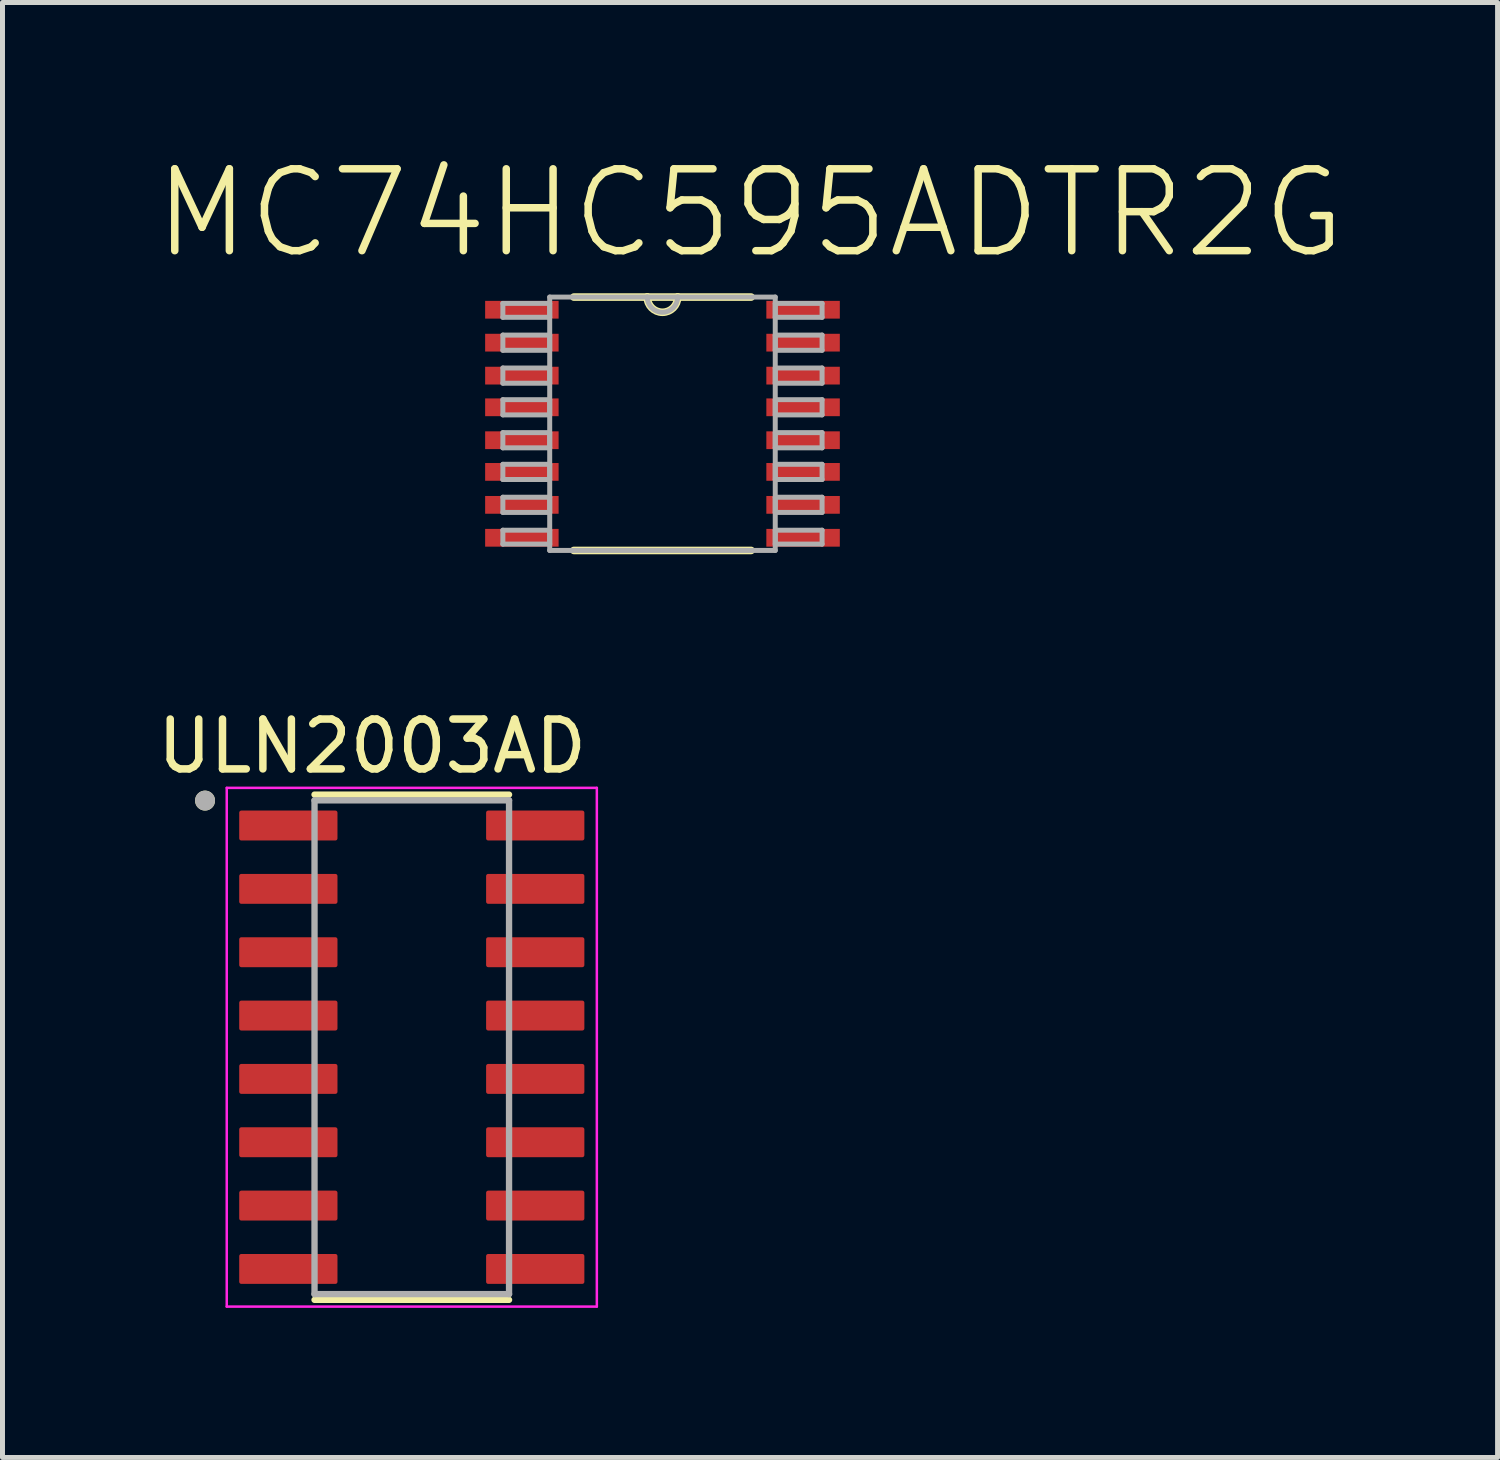
<source format=kicad_pcb>
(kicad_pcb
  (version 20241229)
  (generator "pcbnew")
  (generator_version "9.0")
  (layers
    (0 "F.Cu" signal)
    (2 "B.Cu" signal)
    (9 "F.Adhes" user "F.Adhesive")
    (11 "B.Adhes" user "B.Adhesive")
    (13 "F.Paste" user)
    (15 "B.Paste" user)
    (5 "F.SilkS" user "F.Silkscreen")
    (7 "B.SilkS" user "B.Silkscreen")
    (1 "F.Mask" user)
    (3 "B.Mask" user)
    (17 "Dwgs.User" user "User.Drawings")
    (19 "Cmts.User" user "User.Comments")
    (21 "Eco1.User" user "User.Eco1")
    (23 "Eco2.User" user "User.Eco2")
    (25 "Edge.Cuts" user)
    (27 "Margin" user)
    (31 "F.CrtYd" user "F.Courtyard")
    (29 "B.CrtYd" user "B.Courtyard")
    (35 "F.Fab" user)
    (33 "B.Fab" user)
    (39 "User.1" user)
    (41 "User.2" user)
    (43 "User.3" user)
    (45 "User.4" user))
  (footprint "MC74HC595ADTR2G"
    (layer "F.Cu")
    (at 10.232 5.446)
    (property "Reference" "MC74HC595ADTR2G" (at 1.755 -4.222 0) (layer "F.SilkS") (effects (font (size 1.642 1.642) (thickness 0.15))))
    (attr smd)
    (fp_line (start -1.778 2.54) (end 1.778 2.54) (stroke (width 0.152) (type solid)) (layer "F.SilkS"))
    (fp_line (start -0.305 -2.54) (end -1.778 -2.54) (stroke (width 0.152) (type solid)) (layer "F.SilkS"))
    (fp_line (start 0.305 -2.54) (end -0.305 -2.54) (stroke (width 0.152) (type solid)) (layer "F.SilkS"))
    (fp_line (start 1.778 -2.54) (end 0.305 -2.54) (stroke (width 0.152) (type solid)) (layer "F.SilkS"))
    (fp_arc (start 0.3048 -2.54) (mid 0 -2.2352) (end -0.3048 -2.54) (stroke (width 0.1524) (type solid)) (layer "F.SilkS"))
    (fp_line (start -3.2 -2.413) (end -3.2 -2.134) (stroke (width 0.1) (type solid)) (layer "F.Fab"))
    (fp_line (start -3.2 -2.134) (end -2.261 -2.134) (stroke (width 0.1) (type solid)) (layer "F.Fab"))
    (fp_line (start -3.2 -1.778) (end -3.2 -1.473) (stroke (width 0.1) (type solid)) (layer "F.Fab"))
    (fp_line (start -3.2 -1.473) (end -2.261 -1.473) (stroke (width 0.1) (type solid)) (layer "F.Fab"))
    (fp_line (start -3.2 -1.118) (end -3.2 -0.813) (stroke (width 0.1) (type solid)) (layer "F.Fab"))
    (fp_line (start -3.2 -0.813) (end -2.261 -0.813) (stroke (width 0.1) (type solid)) (layer "F.Fab"))
    (fp_line (start -3.2 -0.483) (end -3.2 -0.178) (stroke (width 0.1) (type solid)) (layer "F.Fab"))
    (fp_line (start -3.2 -0.178) (end -2.261 -0.178) (stroke (width 0.1) (type solid)) (layer "F.Fab"))
    (fp_line (start -3.2 0.178) (end -3.2 0.483) (stroke (width 0.1) (type solid)) (layer "F.Fab"))
    (fp_line (start -3.2 0.483) (end -2.261 0.483) (stroke (width 0.1) (type solid)) (layer "F.Fab"))
    (fp_line (start -3.2 0.813) (end -3.2 1.118) (stroke (width 0.1) (type solid)) (layer "F.Fab"))
    (fp_line (start -3.2 1.118) (end -2.261 1.118) (stroke (width 0.1) (type solid)) (layer "F.Fab"))
    (fp_line (start -3.2 1.473) (end -3.2 1.778) (stroke (width 0.1) (type solid)) (layer "F.Fab"))
    (fp_line (start -3.2 1.778) (end -2.261 1.778) (stroke (width 0.1) (type solid)) (layer "F.Fab"))
    (fp_line (start -3.2 2.134) (end -3.2 2.413) (stroke (width 0.1) (type solid)) (layer "F.Fab"))
    (fp_line (start -3.2 2.413) (end -2.261 2.413) (stroke (width 0.1) (type solid)) (layer "F.Fab"))
    (fp_line (start -2.261 -2.54) (end -2.261 2.54) (stroke (width 0.1) (type solid)) (layer "F.Fab"))
    (fp_line (start -2.261 -2.413) (end -3.2 -2.413) (stroke (width 0.1) (type solid)) (layer "F.Fab"))
    (fp_line (start -2.261 -2.134) (end -2.261 -2.413) (stroke (width 0.1) (type solid)) (layer "F.Fab"))
    (fp_line (start -2.261 -1.778) (end -3.2 -1.778) (stroke (width 0.1) (type solid)) (layer "F.Fab"))
    (fp_line (start -2.261 -1.473) (end -2.261 -1.778) (stroke (width 0.1) (type solid)) (layer "F.Fab"))
    (fp_line (start -2.261 -1.118) (end -3.2 -1.118) (stroke (width 0.1) (type solid)) (layer "F.Fab"))
    (fp_line (start -2.261 -0.813) (end -2.261 -1.118) (stroke (width 0.1) (type solid)) (layer "F.Fab"))
    (fp_line (start -2.261 -0.483) (end -3.2 -0.483) (stroke (width 0.1) (type solid)) (layer "F.Fab"))
    (fp_line (start -2.261 -0.178) (end -2.261 -0.483) (stroke (width 0.1) (type solid)) (layer "F.Fab"))
    (fp_line (start -2.261 0.178) (end -3.2 0.178) (stroke (width 0.1) (type solid)) (layer "F.Fab"))
    (fp_line (start -2.261 0.483) (end -2.261 0.178) (stroke (width 0.1) (type solid)) (layer "F.Fab"))
    (fp_line (start -2.261 0.813) (end -3.2 0.813) (stroke (width 0.1) (type solid)) (layer "F.Fab"))
    (fp_line (start -2.261 1.118) (end -2.261 0.813) (stroke (width 0.1) (type solid)) (layer "F.Fab"))
    (fp_line (start -2.261 1.473) (end -3.2 1.473) (stroke (width 0.1) (type solid)) (layer "F.Fab"))
    (fp_line (start -2.261 1.778) (end -2.261 1.473) (stroke (width 0.1) (type solid)) (layer "F.Fab"))
    (fp_line (start -2.261 2.134) (end -3.2 2.134) (stroke (width 0.1) (type solid)) (layer "F.Fab"))
    (fp_line (start -2.261 2.413) (end -2.261 2.134) (stroke (width 0.1) (type solid)) (layer "F.Fab"))
    (fp_line (start -2.261 2.54) (end 2.261 2.54) (stroke (width 0.1) (type solid)) (layer "F.Fab"))
    (fp_line (start -0.305 -2.54) (end -2.261 -2.54) (stroke (width 0.1) (type solid)) (layer "F.Fab"))
    (fp_line (start 0.305 -2.54) (end -0.305 -2.54) (stroke (width 0.1) (type solid)) (layer "F.Fab"))
    (fp_line (start 2.261 -2.54) (end 0.305 -2.54) (stroke (width 0.1) (type solid)) (layer "F.Fab"))
    (fp_line (start 2.261 -2.413) (end 2.261 -2.134) (stroke (width 0.1) (type solid)) (layer "F.Fab"))
    (fp_line (start 2.261 -2.134) (end 3.2 -2.134) (stroke (width 0.1) (type solid)) (layer "F.Fab"))
    (fp_line (start 2.261 -1.778) (end 2.261 -1.473) (stroke (width 0.1) (type solid)) (layer "F.Fab"))
    (fp_line (start 2.261 -1.473) (end 3.2 -1.473) (stroke (width 0.1) (type solid)) (layer "F.Fab"))
    (fp_line (start 2.261 -1.118) (end 2.261 -0.813) (stroke (width 0.1) (type solid)) (layer "F.Fab"))
    (fp_line (start 2.261 -0.813) (end 3.2 -0.813) (stroke (width 0.1) (type solid)) (layer "F.Fab"))
    (fp_line (start 2.261 -0.483) (end 2.261 -0.178) (stroke (width 0.1) (type solid)) (layer "F.Fab"))
    (fp_line (start 2.261 -0.178) (end 3.2 -0.178) (stroke (width 0.1) (type solid)) (layer "F.Fab"))
    (fp_line (start 2.261 0.178) (end 2.261 0.483) (stroke (width 0.1) (type solid)) (layer "F.Fab"))
    (fp_line (start 2.261 0.483) (end 3.2 0.483) (stroke (width 0.1) (type solid)) (layer "F.Fab"))
    (fp_line (start 2.261 0.813) (end 2.261 1.118) (stroke (width 0.1) (type solid)) (layer "F.Fab"))
    (fp_line (start 2.261 1.118) (end 3.2 1.118) (stroke (width 0.1) (type solid)) (layer "F.Fab"))
    (fp_line (start 2.261 1.473) (end 2.261 1.778) (stroke (width 0.1) (type solid)) (layer "F.Fab"))
    (fp_line (start 2.261 1.778) (end 3.2 1.778) (stroke (width 0.1) (type solid)) (layer "F.Fab"))
    (fp_line (start 2.261 2.134) (end 2.261 2.413) (stroke (width 0.1) (type solid)) (layer "F.Fab"))
    (fp_line (start 2.261 2.413) (end 3.2 2.413) (stroke (width 0.1) (type solid)) (layer "F.Fab"))
    (fp_line (start 2.261 2.54) (end 2.261 -2.54) (stroke (width 0.1) (type solid)) (layer "F.Fab"))
    (fp_line (start 3.2 -2.413) (end 2.261 -2.413) (stroke (width 0.1) (type solid)) (layer "F.Fab"))
    (fp_line (start 3.2 -2.134) (end 3.2 -2.413) (stroke (width 0.1) (type solid)) (layer "F.Fab"))
    (fp_line (start 3.2 -1.778) (end 2.261 -1.778) (stroke (width 0.1) (type solid)) (layer "F.Fab"))
    (fp_line (start 3.2 -1.473) (end 3.2 -1.778) (stroke (width 0.1) (type solid)) (layer "F.Fab"))
    (fp_line (start 3.2 -1.118) (end 2.261 -1.118) (stroke (width 0.1) (type solid)) (layer "F.Fab"))
    (fp_line (start 3.2 -0.813) (end 3.2 -1.118) (stroke (width 0.1) (type solid)) (layer "F.Fab"))
    (fp_line (start 3.2 -0.483) (end 2.261 -0.483) (stroke (width 0.1) (type solid)) (layer "F.Fab"))
    (fp_line (start 3.2 -0.178) (end 3.2 -0.483) (stroke (width 0.1) (type solid)) (layer "F.Fab"))
    (fp_line (start 3.2 0.178) (end 2.261 0.178) (stroke (width 0.1) (type solid)) (layer "F.Fab"))
    (fp_line (start 3.2 0.483) (end 3.2 0.178) (stroke (width 0.1) (type solid)) (layer "F.Fab"))
    (fp_line (start 3.2 0.813) (end 2.261 0.813) (stroke (width 0.1) (type solid)) (layer "F.Fab"))
    (fp_line (start 3.2 1.118) (end 3.2 0.813) (stroke (width 0.1) (type solid)) (layer "F.Fab"))
    (fp_line (start 3.2 1.473) (end 2.261 1.473) (stroke (width 0.1) (type solid)) (layer "F.Fab"))
    (fp_line (start 3.2 1.778) (end 3.2 1.473) (stroke (width 0.1) (type solid)) (layer "F.Fab"))
    (fp_line (start 3.2 2.134) (end 2.261 2.134) (stroke (width 0.1) (type solid)) (layer "F.Fab"))
    (fp_line (start 3.2 2.413) (end 3.2 2.134) (stroke (width 0.1) (type solid)) (layer "F.Fab"))
    (fp_arc (start 0.3048 -2.54) (mid 0 -2.2352) (end -0.3048 -2.54) (stroke (width 0.1) (type solid)) (layer "F.Fab"))
    (pad "1" smd rect (at -2.819 -2.286) (size 1.473 0.356) (layers "F.Cu" "F.Mask" "F.Paste"))
    (pad "2" smd rect (at -2.819 -1.626) (size 1.473 0.356) (layers "F.Cu" "F.Mask" "F.Paste"))
    (pad "3" smd rect (at -2.819 -0.965) (size 1.473 0.356) (layers "F.Cu" "F.Mask" "F.Paste"))
    (pad "4" smd rect (at -2.819 -0.33) (size 1.473 0.356) (layers "F.Cu" "F.Mask" "F.Paste"))
    (pad "5" smd rect (at -2.819 0.33) (size 1.473 0.356) (layers "F.Cu" "F.Mask" "F.Paste"))
    (pad "6" smd rect (at -2.819 0.965) (size 1.473 0.356) (layers "F.Cu" "F.Mask" "F.Paste"))
    (pad "7" smd rect (at -2.819 1.626) (size 1.473 0.356) (layers "F.Cu" "F.Mask" "F.Paste"))
    (pad "8" smd rect (at -2.819 2.286) (size 1.473 0.356) (layers "F.Cu" "F.Mask" "F.Paste"))
    (pad "9" smd rect (at 2.819 2.286) (size 1.473 0.356) (layers "F.Cu" "F.Mask" "F.Paste"))
    (pad "10" smd rect (at 2.819 1.626) (size 1.473 0.356) (layers "F.Cu" "F.Mask" "F.Paste"))
    (pad "11" smd rect (at 2.819 0.965) (size 1.473 0.356) (layers "F.Cu" "F.Mask" "F.Paste"))
    (pad "12" smd rect (at 2.819 0.33) (size 1.473 0.356) (layers "F.Cu" "F.Mask" "F.Paste"))
    (pad "13" smd rect (at 2.819 -0.33) (size 1.473 0.356) (layers "F.Cu" "F.Mask" "F.Paste"))
    (pad "14" smd rect (at 2.819 -0.965) (size 1.473 0.356) (layers "F.Cu" "F.Mask" "F.Paste"))
    (pad "15" smd rect (at 2.819 -1.626) (size 1.473 0.356) (layers "F.Cu" "F.Mask" "F.Paste"))
    (pad "16" smd rect (at 2.819 -2.286) (size 1.473 0.356) (layers "F.Cu" "F.Mask" "F.Paste")))
  (footprint "ULN2003AD"
    (layer "F.Cu")
    (at 5.206 17.946)
    (property "Reference" "ULN2003AD" (at -0.795 -6.035 0) (layer "F.SilkS") (effects (font (size 1 1) (thickness 0.15))))
    (attr smd)
    (fp_line (start -1.95 -5.065) (end 1.95 -5.065) (stroke (width 0.127) (type solid)) (layer "F.SilkS"))
    (fp_line (start -1.95 5.065) (end 1.95 5.065) (stroke (width 0.127) (type solid)) (layer "F.SilkS"))
    (fp_circle (center -4.145 -4.945) (end -4.045 -4.945) (stroke (width 0.2) (type solid)) (fill no) (layer "F.SilkS"))
    (fp_line (start -3.71 -5.2) (end -3.71 5.2) (stroke (width 0.05) (type solid)) (layer "F.CrtYd"))
    (fp_line (start -3.71 -5.2) (end 3.71 -5.2) (stroke (width 0.05) (type solid)) (layer "F.CrtYd"))
    (fp_line (start -3.71 5.2) (end 3.71 5.2) (stroke (width 0.05) (type solid)) (layer "F.CrtYd"))
    (fp_line (start 3.71 -5.2) (end 3.71 5.2) (stroke (width 0.05) (type solid)) (layer "F.CrtYd"))
    (fp_line (start -1.95 -4.95) (end -1.95 4.95) (stroke (width 0.127) (type solid)) (layer "F.Fab"))
    (fp_line (start -1.95 -4.95) (end 1.95 -4.95) (stroke (width 0.127) (type solid)) (layer "F.Fab"))
    (fp_line (start -1.95 4.95) (end 1.95 4.95) (stroke (width 0.127) (type solid)) (layer "F.Fab"))
    (fp_line (start 1.95 -4.95) (end 1.95 4.95) (stroke (width 0.127) (type solid)) (layer "F.Fab"))
    (fp_circle (center -4.145 -4.945) (end -4.045 -4.945) (stroke (width 0.2) (type solid)) (fill no) (layer "F.Fab"))
    (pad "1" smd roundrect (at -2.475 -4.445) (size 1.97 0.6) (layers "F.Cu" "F.Mask" "F.Paste") (roundrect_rratio 0.07))
    (pad "2" smd roundrect (at -2.475 -3.175) (size 1.97 0.6) (layers "F.Cu" "F.Mask" "F.Paste") (roundrect_rratio 0.07))
    (pad "3" smd roundrect (at -2.475 -1.905) (size 1.97 0.6) (layers "F.Cu" "F.Mask" "F.Paste") (roundrect_rratio 0.07))
    (pad "4" smd roundrect (at -2.475 -0.635) (size 1.97 0.6) (layers "F.Cu" "F.Mask" "F.Paste") (roundrect_rratio 0.07))
    (pad "5" smd roundrect (at -2.475 0.635) (size 1.97 0.6) (layers "F.Cu" "F.Mask" "F.Paste") (roundrect_rratio 0.07))
    (pad "6" smd roundrect (at -2.475 1.905) (size 1.97 0.6) (layers "F.Cu" "F.Mask" "F.Paste") (roundrect_rratio 0.07))
    (pad "7" smd roundrect (at -2.475 3.175) (size 1.97 0.6) (layers "F.Cu" "F.Mask" "F.Paste") (roundrect_rratio 0.07))
    (pad "8" smd roundrect (at -2.475 4.445) (size 1.97 0.6) (layers "F.Cu" "F.Mask" "F.Paste") (roundrect_rratio 0.07))
    (pad "9" smd roundrect (at 2.475 4.445) (size 1.97 0.6) (layers "F.Cu" "F.Mask" "F.Paste") (roundrect_rratio 0.07))
    (pad "10" smd roundrect (at 2.475 3.175) (size 1.97 0.6) (layers "F.Cu" "F.Mask" "F.Paste") (roundrect_rratio 0.07))
    (pad "11" smd roundrect (at 2.475 1.905) (size 1.97 0.6) (layers "F.Cu" "F.Mask" "F.Paste") (roundrect_rratio 0.07))
    (pad "12" smd roundrect (at 2.475 0.635) (size 1.97 0.6) (layers "F.Cu" "F.Mask" "F.Paste") (roundrect_rratio 0.07))
    (pad "13" smd roundrect (at 2.475 -0.635) (size 1.97 0.6) (layers "F.Cu" "F.Mask" "F.Paste") (roundrect_rratio 0.07))
    (pad "14" smd roundrect (at 2.475 -1.905) (size 1.97 0.6) (layers "F.Cu" "F.Mask" "F.Paste") (roundrect_rratio 0.07))
    (pad "15" smd roundrect (at 2.475 -3.175) (size 1.97 0.6) (layers "F.Cu" "F.Mask" "F.Paste") (roundrect_rratio 0.07))
    (pad "16" smd roundrect (at 2.475 -4.445) (size 1.97 0.6) (layers "F.Cu" "F.Mask" "F.Paste") (roundrect_rratio 0.07)))
  (gr_rect
    (start -3 -3)
    (end 26.975 26.171)
    (stroke (width 0.1) (type default))
    (fill no)
    (layer "Edge.Cuts")))
</source>
